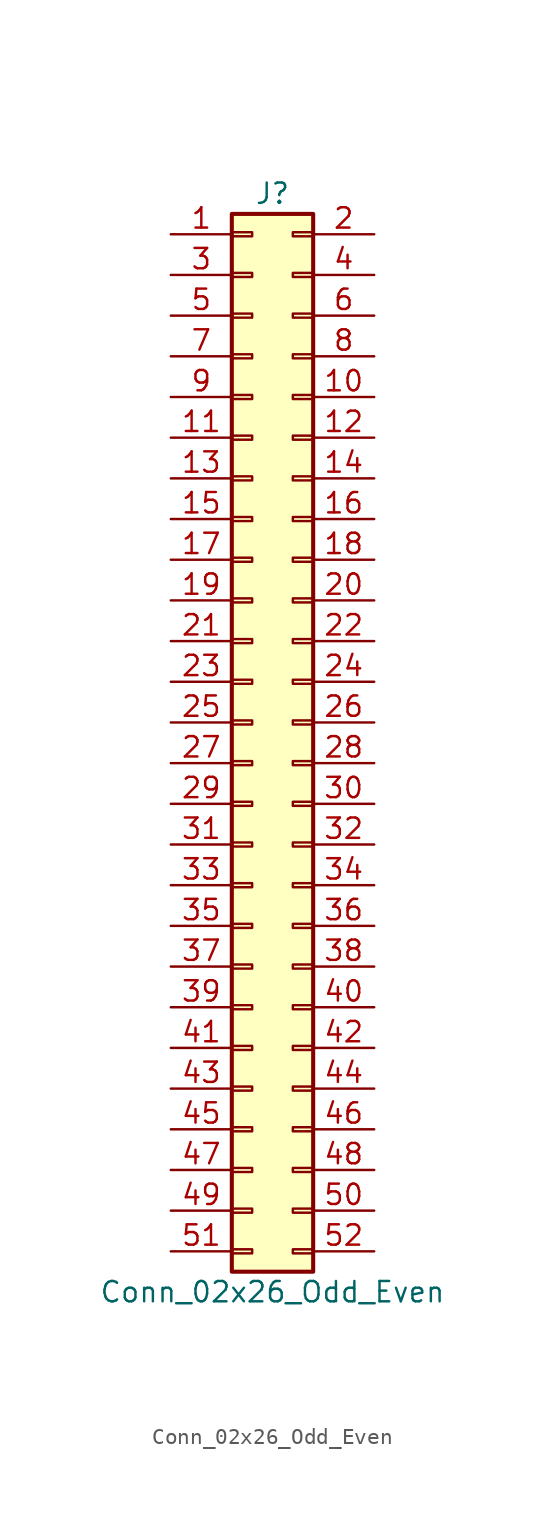
<source format=kicad_sym>
(kicad_symbol_lib
  (version 20220914)
  (generator kicad_symbol_editor)
  (symbol "Conn_02x26_Odd_Even"
    (pin_names
      (offset 1.016) hide)
    (property "Reference" "J"
      (at 1.27 33.02 0)
      (effects (font (size 1.27 1.27))))
    (property "Value" "Conn_02x26_Odd_Even"
      (at 1.27 -35.56 0)
      (effects (font (size 1.27 1.27))))
    (symbol "Conn_02x26_Odd_Even_1_1"
      (rectangle (start -1.27 -32.893) (end 0 -33.147) (stroke (width 0.152) (type solid)) (fill (type none)))
      (rectangle (start -1.27 -30.353) (end 0 -30.607) (stroke (width 0.152) (type solid)) (fill (type none)))
      (rectangle (start -1.27 -27.813) (end 0 -28.067) (stroke (width 0.152) (type solid)) (fill (type none)))
      (rectangle (start -1.27 -25.273) (end 0 -25.527) (stroke (width 0.152) (type solid)) (fill (type none)))
      (rectangle (start -1.27 -22.733) (end 0 -22.987) (stroke (width 0.152) (type solid)) (fill (type none)))
      (rectangle (start -1.27 -20.193) (end 0 -20.447) (stroke (width 0.152) (type solid)) (fill (type none)))
      (rectangle (start -1.27 -17.653) (end 0 -17.907) (stroke (width 0.152) (type solid)) (fill (type none)))
      (rectangle (start -1.27 -15.113) (end 0 -15.367) (stroke (width 0.152) (type solid)) (fill (type none)))
      (rectangle (start -1.27 -12.573) (end 0 -12.827) (stroke (width 0.152) (type solid)) (fill (type none)))
      (rectangle (start -1.27 -10.033) (end 0 -10.287) (stroke (width 0.152) (type solid)) (fill (type none)))
      (rectangle (start -1.27 -7.493) (end 0 -7.747) (stroke (width 0.152) (type solid)) (fill (type none)))
      (rectangle (start -1.27 -4.953) (end 0 -5.207) (stroke (width 0.152) (type solid)) (fill (type none)))
      (rectangle (start -1.27 -2.413) (end 0 -2.667) (stroke (width 0.152) (type solid)) (fill (type none)))
      (rectangle (start -1.27 0.127) (end 0 -0.127) (stroke (width 0.152) (type solid)) (fill (type none)))
      (rectangle (start -1.27 2.667) (end 0 2.413) (stroke (width 0.152) (type solid)) (fill (type none)))
      (rectangle (start -1.27 5.207) (end 0 4.953) (stroke (width 0.152) (type solid)) (fill (type none)))
      (rectangle (start -1.27 7.747) (end 0 7.493) (stroke (width 0.152) (type solid)) (fill (type none)))
      (rectangle (start -1.27 10.287) (end 0 10.033) (stroke (width 0.152) (type solid)) (fill (type none)))
      (rectangle (start -1.27 12.827) (end 0 12.573) (stroke (width 0.152) (type solid)) (fill (type none)))
      (rectangle (start -1.27 15.367) (end 0 15.113) (stroke (width 0.152) (type solid)) (fill (type none)))
      (rectangle (start -1.27 17.907) (end 0 17.653) (stroke (width 0.152) (type solid)) (fill (type none)))
      (rectangle (start -1.27 20.447) (end 0 20.193) (stroke (width 0.152) (type solid)) (fill (type none)))
      (rectangle (start -1.27 22.987) (end 0 22.733) (stroke (width 0.152) (type solid)) (fill (type none)))
      (rectangle (start -1.27 25.527) (end 0 25.273) (stroke (width 0.152) (type solid)) (fill (type none)))
      (rectangle (start -1.27 28.067) (end 0 27.813) (stroke (width 0.152) (type solid)) (fill (type none)))
      (rectangle (start -1.27 30.607) (end 0 30.353) (stroke (width 0.152) (type solid)) (fill (type none)))
      (rectangle (start -1.27 31.75) (end 3.81 -34.29) (stroke (width 0.254) (type solid)) (fill (type background)))
      (rectangle (start 3.81 -32.893) (end 2.54 -33.147) (stroke (width 0.152) (type solid)) (fill (type none)))
      (rectangle (start 3.81 -30.353) (end 2.54 -30.607) (stroke (width 0.152) (type solid)) (fill (type none)))
      (rectangle (start 3.81 -27.813) (end 2.54 -28.067) (stroke (width 0.152) (type solid)) (fill (type none)))
      (rectangle (start 3.81 -25.273) (end 2.54 -25.527) (stroke (width 0.152) (type solid)) (fill (type none)))
      (rectangle (start 3.81 -22.733) (end 2.54 -22.987) (stroke (width 0.152) (type solid)) (fill (type none)))
      (rectangle (start 3.81 -20.193) (end 2.54 -20.447) (stroke (width 0.152) (type solid)) (fill (type none)))
      (rectangle (start 3.81 -17.653) (end 2.54 -17.907) (stroke (width 0.152) (type solid)) (fill (type none)))
      (rectangle (start 3.81 -15.113) (end 2.54 -15.367) (stroke (width 0.152) (type solid)) (fill (type none)))
      (rectangle (start 3.81 -12.573) (end 2.54 -12.827) (stroke (width 0.152) (type solid)) (fill (type none)))
      (rectangle (start 3.81 -10.033) (end 2.54 -10.287) (stroke (width 0.152) (type solid)) (fill (type none)))
      (rectangle (start 3.81 -7.493) (end 2.54 -7.747) (stroke (width 0.152) (type solid)) (fill (type none)))
      (rectangle (start 3.81 -4.953) (end 2.54 -5.207) (stroke (width 0.152) (type solid)) (fill (type none)))
      (rectangle (start 3.81 -2.413) (end 2.54 -2.667) (stroke (width 0.152) (type solid)) (fill (type none)))
      (rectangle (start 3.81 0.127) (end 2.54 -0.127) (stroke (width 0.152) (type solid)) (fill (type none)))
      (rectangle (start 3.81 2.667) (end 2.54 2.413) (stroke (width 0.152) (type solid)) (fill (type none)))
      (rectangle (start 3.81 5.207) (end 2.54 4.953) (stroke (width 0.152) (type solid)) (fill (type none)))
      (rectangle (start 3.81 7.747) (end 2.54 7.493) (stroke (width 0.152) (type solid)) (fill (type none)))
      (rectangle (start 3.81 10.287) (end 2.54 10.033) (stroke (width 0.152) (type solid)) (fill (type none)))
      (rectangle (start 3.81 12.827) (end 2.54 12.573) (stroke (width 0.152) (type solid)) (fill (type none)))
      (rectangle (start 3.81 15.367) (end 2.54 15.113) (stroke (width 0.152) (type solid)) (fill (type none)))
      (rectangle (start 3.81 17.907) (end 2.54 17.653) (stroke (width 0.152) (type solid)) (fill (type none)))
      (rectangle (start 3.81 20.447) (end 2.54 20.193) (stroke (width 0.152) (type solid)) (fill (type none)))
      (rectangle (start 3.81 22.987) (end 2.54 22.733) (stroke (width 0.152) (type solid)) (fill (type none)))
      (rectangle (start 3.81 25.527) (end 2.54 25.273) (stroke (width 0.152) (type solid)) (fill (type none)))
      (rectangle (start 3.81 28.067) (end 2.54 27.813) (stroke (width 0.152) (type solid)) (fill (type none)))
      (rectangle (start 3.81 30.607) (end 2.54 30.353) (stroke (width 0.152) (type solid)) (fill (type none)))
      (pin passive line (at -5.08 30.48 0) (length 3.81) (name "Pin_1" (effects (font (size 1.27 1.27)))) (number "1" (effects (font (size 1.27 1.27)))))
      (pin passive line (at 7.62 20.32 180) (length 3.81) (name "Pin_10" (effects (font (size 1.27 1.27)))) (number "10" (effects (font (size 1.27 1.27)))))
      (pin passive line (at -5.08 17.78 0) (length 3.81) (name "Pin_11" (effects (font (size 1.27 1.27)))) (number "11" (effects (font (size 1.27 1.27)))))
      (pin passive line (at 7.62 17.78 180) (length 3.81) (name "Pin_12" (effects (font (size 1.27 1.27)))) (number "12" (effects (font (size 1.27 1.27)))))
      (pin passive line (at -5.08 15.24 0) (length 3.81) (name "Pin_13" (effects (font (size 1.27 1.27)))) (number "13" (effects (font (size 1.27 1.27)))))
      (pin passive line (at 7.62 15.24 180) (length 3.81) (name "Pin_14" (effects (font (size 1.27 1.27)))) (number "14" (effects (font (size 1.27 1.27)))))
      (pin passive line (at -5.08 12.7 0) (length 3.81) (name "Pin_15" (effects (font (size 1.27 1.27)))) (number "15" (effects (font (size 1.27 1.27)))))
      (pin passive line (at 7.62 12.7 180) (length 3.81) (name "Pin_16" (effects (font (size 1.27 1.27)))) (number "16" (effects (font (size 1.27 1.27)))))
      (pin passive line (at -5.08 10.16 0) (length 3.81) (name "Pin_17" (effects (font (size 1.27 1.27)))) (number "17" (effects (font (size 1.27 1.27)))))
      (pin passive line (at 7.62 10.16 180) (length 3.81) (name "Pin_18" (effects (font (size 1.27 1.27)))) (number "18" (effects (font (size 1.27 1.27)))))
      (pin passive line (at -5.08 7.62 0) (length 3.81) (name "Pin_19" (effects (font (size 1.27 1.27)))) (number "19" (effects (font (size 1.27 1.27)))))
      (pin passive line (at 7.62 30.48 180) (length 3.81) (name "Pin_2" (effects (font (size 1.27 1.27)))) (number "2" (effects (font (size 1.27 1.27)))))
      (pin passive line (at 7.62 7.62 180) (length 3.81) (name "Pin_20" (effects (font (size 1.27 1.27)))) (number "20" (effects (font (size 1.27 1.27)))))
      (pin passive line (at -5.08 5.08 0) (length 3.81) (name "Pin_21" (effects (font (size 1.27 1.27)))) (number "21" (effects (font (size 1.27 1.27)))))
      (pin passive line (at 7.62 5.08 180) (length 3.81) (name "Pin_22" (effects (font (size 1.27 1.27)))) (number "22" (effects (font (size 1.27 1.27)))))
      (pin passive line (at -5.08 2.54 0) (length 3.81) (name "Pin_23" (effects (font (size 1.27 1.27)))) (number "23" (effects (font (size 1.27 1.27)))))
      (pin passive line (at 7.62 2.54 180) (length 3.81) (name "Pin_24" (effects (font (size 1.27 1.27)))) (number "24" (effects (font (size 1.27 1.27)))))
      (pin passive line (at -5.08 0 0) (length 3.81) (name "Pin_25" (effects (font (size 1.27 1.27)))) (number "25" (effects (font (size 1.27 1.27)))))
      (pin passive line (at 7.62 0 180) (length 3.81) (name "Pin_26" (effects (font (size 1.27 1.27)))) (number "26" (effects (font (size 1.27 1.27)))))
      (pin passive line (at -5.08 -2.54 0) (length 3.81) (name "Pin_27" (effects (font (size 1.27 1.27)))) (number "27" (effects (font (size 1.27 1.27)))))
      (pin passive line (at 7.62 -2.54 180) (length 3.81) (name "Pin_28" (effects (font (size 1.27 1.27)))) (number "28" (effects (font (size 1.27 1.27)))))
      (pin passive line (at -5.08 -5.08 0) (length 3.81) (name "Pin_29" (effects (font (size 1.27 1.27)))) (number "29" (effects (font (size 1.27 1.27)))))
      (pin passive line (at -5.08 27.94 0) (length 3.81) (name "Pin_3" (effects (font (size 1.27 1.27)))) (number "3" (effects (font (size 1.27 1.27)))))
      (pin passive line (at 7.62 -5.08 180) (length 3.81) (name "Pin_30" (effects (font (size 1.27 1.27)))) (number "30" (effects (font (size 1.27 1.27)))))
      (pin passive line (at -5.08 -7.62 0) (length 3.81) (name "Pin_31" (effects (font (size 1.27 1.27)))) (number "31" (effects (font (size 1.27 1.27)))))
      (pin passive line (at 7.62 -7.62 180) (length 3.81) (name "Pin_32" (effects (font (size 1.27 1.27)))) (number "32" (effects (font (size 1.27 1.27)))))
      (pin passive line (at -5.08 -10.16 0) (length 3.81) (name "Pin_33" (effects (font (size 1.27 1.27)))) (number "33" (effects (font (size 1.27 1.27)))))
      (pin passive line (at 7.62 -10.16 180) (length 3.81) (name "Pin_34" (effects (font (size 1.27 1.27)))) (number "34" (effects (font (size 1.27 1.27)))))
      (pin passive line (at -5.08 -12.7 0) (length 3.81) (name "Pin_35" (effects (font (size 1.27 1.27)))) (number "35" (effects (font (size 1.27 1.27)))))
      (pin passive line (at 7.62 -12.7 180) (length 3.81) (name "Pin_36" (effects (font (size 1.27 1.27)))) (number "36" (effects (font (size 1.27 1.27)))))
      (pin passive line (at -5.08 -15.24 0) (length 3.81) (name "Pin_37" (effects (font (size 1.27 1.27)))) (number "37" (effects (font (size 1.27 1.27)))))
      (pin passive line (at 7.62 -15.24 180) (length 3.81) (name "Pin_38" (effects (font (size 1.27 1.27)))) (number "38" (effects (font (size 1.27 1.27)))))
      (pin passive line (at -5.08 -17.78 0) (length 3.81) (name "Pin_39" (effects (font (size 1.27 1.27)))) (number "39" (effects (font (size 1.27 1.27)))))
      (pin passive line (at 7.62 27.94 180) (length 3.81) (name "Pin_4" (effects (font (size 1.27 1.27)))) (number "4" (effects (font (size 1.27 1.27)))))
      (pin passive line (at 7.62 -17.78 180) (length 3.81) (name "Pin_40" (effects (font (size 1.27 1.27)))) (number "40" (effects (font (size 1.27 1.27)))))
      (pin passive line (at -5.08 -20.32 0) (length 3.81) (name "Pin_41" (effects (font (size 1.27 1.27)))) (number "41" (effects (font (size 1.27 1.27)))))
      (pin passive line (at 7.62 -20.32 180) (length 3.81) (name "Pin_42" (effects (font (size 1.27 1.27)))) (number "42" (effects (font (size 1.27 1.27)))))
      (pin passive line (at -5.08 -22.86 0) (length 3.81) (name "Pin_43" (effects (font (size 1.27 1.27)))) (number "43" (effects (font (size 1.27 1.27)))))
      (pin passive line (at 7.62 -22.86 180) (length 3.81) (name "Pin_44" (effects (font (size 1.27 1.27)))) (number "44" (effects (font (size 1.27 1.27)))))
      (pin passive line (at -5.08 -25.4 0) (length 3.81) (name "Pin_45" (effects (font (size 1.27 1.27)))) (number "45" (effects (font (size 1.27 1.27)))))
      (pin passive line (at 7.62 -25.4 180) (length 3.81) (name "Pin_46" (effects (font (size 1.27 1.27)))) (number "46" (effects (font (size 1.27 1.27)))))
      (pin passive line (at -5.08 -27.94 0) (length 3.81) (name "Pin_47" (effects (font (size 1.27 1.27)))) (number "47" (effects (font (size 1.27 1.27)))))
      (pin passive line (at 7.62 -27.94 180) (length 3.81) (name "Pin_48" (effects (font (size 1.27 1.27)))) (number "48" (effects (font (size 1.27 1.27)))))
      (pin passive line (at -5.08 -30.48 0) (length 3.81) (name "Pin_49" (effects (font (size 1.27 1.27)))) (number "49" (effects (font (size 1.27 1.27)))))
      (pin passive line (at -5.08 25.4 0) (length 3.81) (name "Pin_5" (effects (font (size 1.27 1.27)))) (number "5" (effects (font (size 1.27 1.27)))))
      (pin passive line (at 7.62 -30.48 180) (length 3.81) (name "Pin_50" (effects (font (size 1.27 1.27)))) (number "50" (effects (font (size 1.27 1.27)))))
      (pin passive line (at -5.08 -33.02 0) (length 3.81) (name "Pin_51" (effects (font (size 1.27 1.27)))) (number "51" (effects (font (size 1.27 1.27)))))
      (pin passive line (at 7.62 -33.02 180) (length 3.81) (name "Pin_52" (effects (font (size 1.27 1.27)))) (number "52" (effects (font (size 1.27 1.27)))))
      (pin passive line (at 7.62 25.4 180) (length 3.81) (name "Pin_6" (effects (font (size 1.27 1.27)))) (number "6" (effects (font (size 1.27 1.27)))))
      (pin passive line (at -5.08 22.86 0) (length 3.81) (name "Pin_7" (effects (font (size 1.27 1.27)))) (number "7" (effects (font (size 1.27 1.27)))))
      (pin passive line (at 7.62 22.86 180) (length 3.81) (name "Pin_8" (effects (font (size 1.27 1.27)))) (number "8" (effects (font (size 1.27 1.27)))))
      (pin passive line (at -5.08 20.32 0) (length 3.81) (name "Pin_9" (effects (font (size 1.27 1.27)))) (number "9" (effects (font (size 1.27 1.27))))))))
</source>
